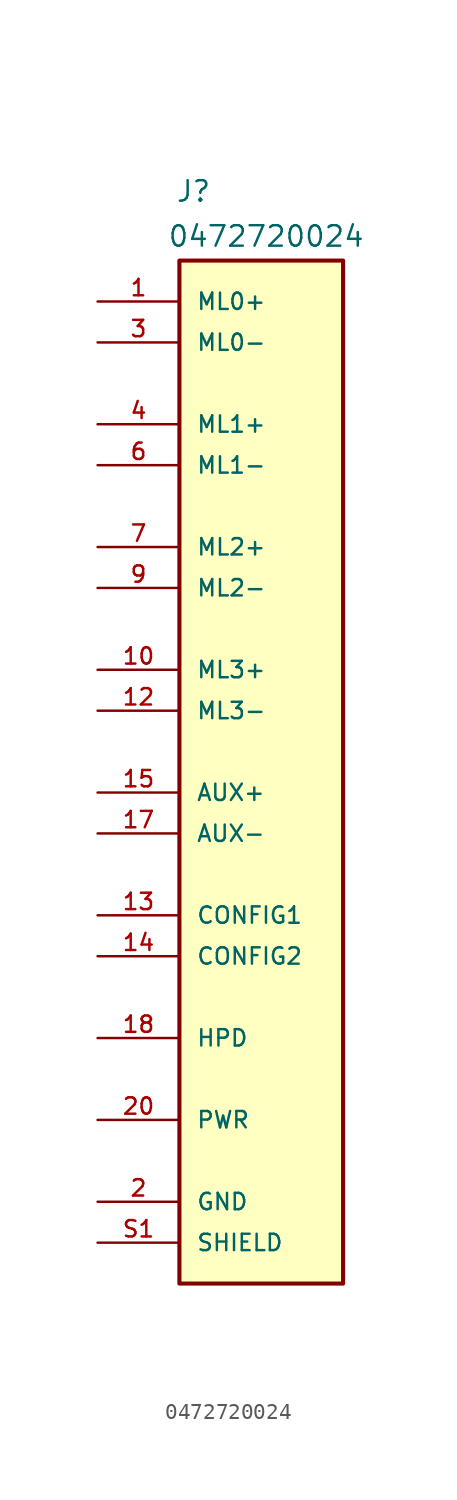
<source format=kicad_sym>
(kicad_symbol_lib
  (version 20231120)
  (generator "kicad_symbol_editor")
  (generator_version "8.0")
  (symbol "0472720024"
    (pin_names
      (offset 1.016))
    (property "Reference" "J"
      (at -5.334 35.306 0)
      (effects (font (size 1.27 1.27)) (justify left bottom)))
    (property "Value" "0472720024"
      (at -5.842 32.512 0)
      (effects (font (size 1.27 1.27)) (justify left bottom)))
    (symbol "0472720024_0_0"
      (rectangle (start -5.08 31.75) (end 5.08 -31.75) (stroke (width 0.254) (type default)) (fill (type background)))
      (pin power_out line (at -10.16 -29.21 0) (length 5.08) (name "SHIELD" (effects (font (size 1.016 1.016)))) (number "S1" (effects (font (size 1.016 1.016))))))
    (symbol "0472720024_1_0"
      (pin input line (at -10.16 29.21 0) (length 5.08) (name "ML0+" (effects (font (size 1.016 1.016)))) (number "1" (effects (font (size 1.016 1.016)))))
      (pin input line (at -10.16 6.35 0) (length 5.08) (name "ML3+" (effects (font (size 1.016 1.016)))) (number "10" (effects (font (size 1.016 1.016)))))
      (pin power_out line (at -10.16 -26.67 0) (length 5.08) hide (name "GND" (effects (font (size 1.016 1.016)))) (number "11" (effects (font (size 1.016 1.016)))))
      (pin input line (at -10.16 3.81 0) (length 5.08) (name "ML3-" (effects (font (size 1.016 1.016)))) (number "12" (effects (font (size 1.016 1.016)))))
      (pin output line (at -10.16 -8.89 0) (length 5.08) (name "CONFIG1" (effects (font (size 1.016 1.016)))) (number "13" (effects (font (size 1.016 1.016)))))
      (pin output line (at -10.16 -11.43 0) (length 5.08) (name "CONFIG2" (effects (font (size 1.016 1.016)))) (number "14" (effects (font (size 1.016 1.016)))))
      (pin input line (at -10.16 -1.27 0) (length 5.08) (name "AUX+" (effects (font (size 1.016 1.016)))) (number "15" (effects (font (size 1.016 1.016)))))
      (pin power_out line (at -10.16 -26.67 0) (length 5.08) hide (name "GND" (effects (font (size 1.016 1.016)))) (number "16" (effects (font (size 1.016 1.016)))))
      (pin input line (at -10.16 -3.81 0) (length 5.08) (name "AUX-" (effects (font (size 1.016 1.016)))) (number "17" (effects (font (size 1.016 1.016)))))
      (pin output line (at -10.16 -16.51 0) (length 5.08) (name "HPD" (effects (font (size 1.016 1.016)))) (number "18" (effects (font (size 1.016 1.016)))))
      (pin power_out line (at -10.16 -26.67 0) (length 5.08) hide (name "GND" (effects (font (size 1.016 1.016)))) (number "19" (effects (font (size 1.016 1.016)))))
      (pin power_out line (at -10.16 -26.67 0) (length 5.08) (name "GND" (effects (font (size 1.016 1.016)))) (number "2" (effects (font (size 1.016 1.016)))))
      (pin power_in line (at -10.16 -21.59 0) (length 5.08) (name "PWR" (effects (font (size 1.016 1.016)))) (number "20" (effects (font (size 1.016 1.016)))))
      (pin input line (at -10.16 26.67 0) (length 5.08) (name "ML0-" (effects (font (size 1.016 1.016)))) (number "3" (effects (font (size 1.016 1.016)))))
      (pin input line (at -10.16 21.59 0) (length 5.08) (name "ML1+" (effects (font (size 1.016 1.016)))) (number "4" (effects (font (size 1.016 1.016)))))
      (pin power_out line (at -10.16 -26.67 0) (length 5.08) hide (name "GND" (effects (font (size 1.016 1.016)))) (number "5" (effects (font (size 1.016 1.016)))))
      (pin input line (at -10.16 19.05 0) (length 5.08) (name "ML1-" (effects (font (size 1.016 1.016)))) (number "6" (effects (font (size 1.016 1.016)))))
      (pin input line (at -10.16 13.97 0) (length 5.08) (name "ML2+" (effects (font (size 1.016 1.016)))) (number "7" (effects (font (size 1.016 1.016)))))
      (pin power_out line (at -10.16 -26.67 0) (length 5.08) hide (name "GND" (effects (font (size 1.016 1.016)))) (number "8" (effects (font (size 1.016 1.016)))))
      (pin input line (at -10.16 11.43 0) (length 5.08) (name "ML2-" (effects (font (size 1.016 1.016)))) (number "9" (effects (font (size 1.016 1.016)))))
      (pin power_out line (at -10.16 -29.21 0) (length 5.08) hide (name "SHIELD" (effects (font (size 1.016 1.016)))) (number "S2" (effects (font (size 1.016 1.016)))))
      (pin power_out line (at -10.16 -29.21 0) (length 5.08) hide (name "SHIELD" (effects (font (size 1.016 1.016)))) (number "S3" (effects (font (size 1.016 1.016)))))
      (pin power_out line (at -10.16 -29.21 0) (length 5.08) hide (name "SHIELD" (effects (font (size 1.016 1.016)))) (number "S4" (effects (font (size 1.016 1.016))))))))
</source>
